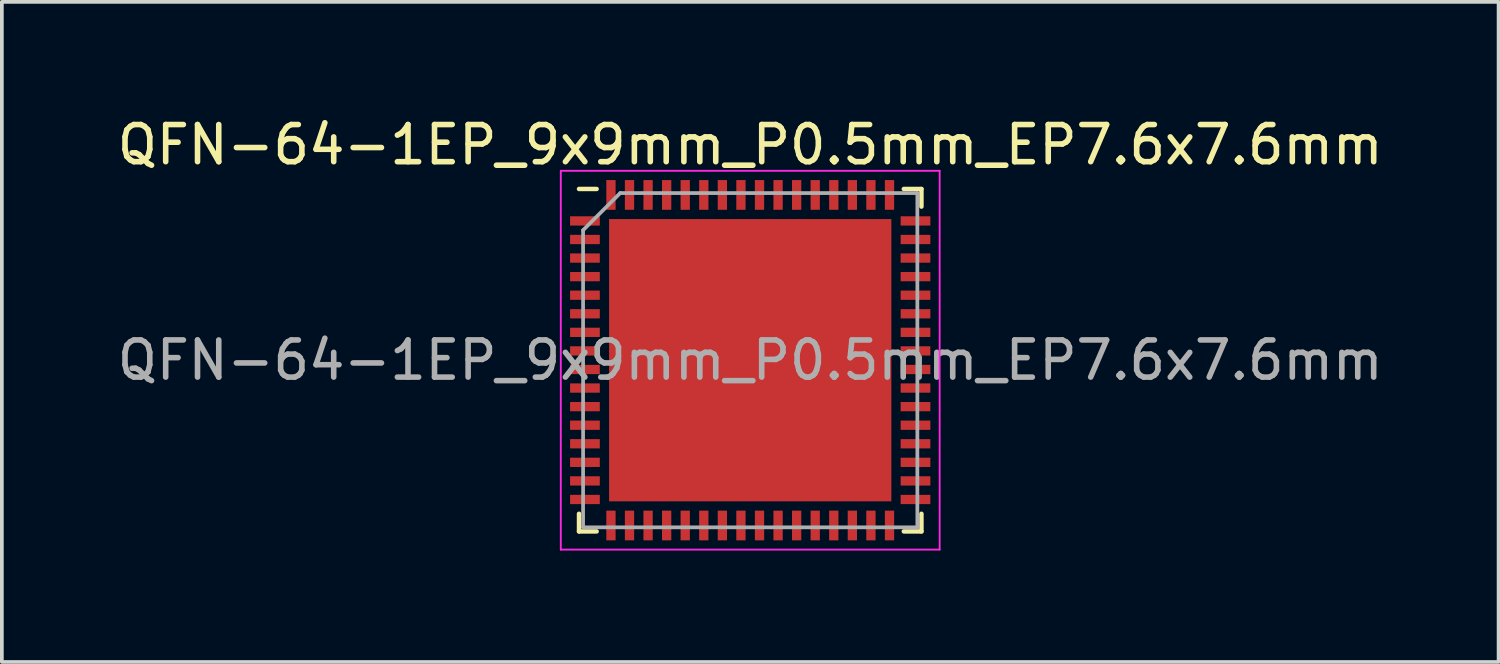
<source format=kicad_pcb>
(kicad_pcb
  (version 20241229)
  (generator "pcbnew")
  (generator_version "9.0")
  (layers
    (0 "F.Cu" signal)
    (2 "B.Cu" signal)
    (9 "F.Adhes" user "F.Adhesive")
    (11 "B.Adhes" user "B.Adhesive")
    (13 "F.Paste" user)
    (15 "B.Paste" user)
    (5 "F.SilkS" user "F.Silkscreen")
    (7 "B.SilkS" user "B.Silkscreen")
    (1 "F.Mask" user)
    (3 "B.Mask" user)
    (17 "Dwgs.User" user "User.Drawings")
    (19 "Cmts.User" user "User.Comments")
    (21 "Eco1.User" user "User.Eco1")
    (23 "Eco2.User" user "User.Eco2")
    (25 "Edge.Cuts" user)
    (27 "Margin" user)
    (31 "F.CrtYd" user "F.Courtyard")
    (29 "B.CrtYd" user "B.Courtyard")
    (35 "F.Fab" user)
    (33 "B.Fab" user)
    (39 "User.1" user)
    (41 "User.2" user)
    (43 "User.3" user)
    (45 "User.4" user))
  (footprint "QFN-64-1EP_9x9mm_P0.5mm_EP7.6x7.6mm"
    (layer "F.Cu")
    (at 17.149 6.648)
    (property "Reference" "QFN-64-1EP_9x9mm_P0.5mm_EP7.6x7.6mm" (at 0 -5.8 0) (layer "F.SilkS") (effects (font (size 1 1) (thickness 0.15))))
    (attr smd)
    (fp_line (start -4.61 4.61) (end -4.61 4.135) (stroke (width 0.12) (type solid)) (layer "F.SilkS"))
    (fp_line (start -4.135 -4.61) (end -4.61 -4.61) (stroke (width 0.12) (type solid)) (layer "F.SilkS"))
    (fp_line (start -4.135 4.61) (end -4.61 4.61) (stroke (width 0.12) (type solid)) (layer "F.SilkS"))
    (fp_line (start 4.135 -4.61) (end 4.61 -4.61) (stroke (width 0.12) (type solid)) (layer "F.SilkS"))
    (fp_line (start 4.135 4.61) (end 4.61 4.61) (stroke (width 0.12) (type solid)) (layer "F.SilkS"))
    (fp_line (start 4.61 -4.61) (end 4.61 -4.135) (stroke (width 0.12) (type solid)) (layer "F.SilkS"))
    (fp_line (start 4.61 4.61) (end 4.61 4.135) (stroke (width 0.12) (type solid)) (layer "F.SilkS"))
    (fp_line (start -5.1 -5.1) (end -5.1 5.1) (stroke (width 0.05) (type solid)) (layer "F.CrtYd"))
    (fp_line (start -5.1 5.1) (end 5.1 5.1) (stroke (width 0.05) (type solid)) (layer "F.CrtYd"))
    (fp_line (start 5.1 -5.1) (end -5.1 -5.1) (stroke (width 0.05) (type solid)) (layer "F.CrtYd"))
    (fp_line (start 5.1 5.1) (end 5.1 -5.1) (stroke (width 0.05) (type solid)) (layer "F.CrtYd"))
    (fp_line (start -4.5 -3.5) (end -3.5 -4.5) (stroke (width 0.1) (type solid)) (layer "F.Fab"))
    (fp_line (start -4.5 4.5) (end -4.5 -3.5) (stroke (width 0.1) (type solid)) (layer "F.Fab"))
    (fp_line (start -3.5 -4.5) (end 4.5 -4.5) (stroke (width 0.1) (type solid)) (layer "F.Fab"))
    (fp_line (start 4.5 -4.5) (end 4.5 4.5) (stroke (width 0.1) (type solid)) (layer "F.Fab"))
    (fp_line (start 4.5 4.5) (end -4.5 4.5) (stroke (width 0.1) (type solid)) (layer "F.Fab"))
    (fp_text user "${REFERENCE}" (at 0 0 0) (layer "F.Fab") (effects (font (size 1 1) (thickness 0.15))))
    (pad "" smd rect (at -3.075 -3.075) (size 1.02 1.02) (layers "F.Paste"))
    (pad "" smd rect (at -3.075 -1.845) (size 1.02 1.02) (layers "F.Paste"))
    (pad "" smd rect (at -3.075 -0.615) (size 1.02 1.02) (layers "F.Paste"))
    (pad "" smd rect (at -3.075 0.615) (size 1.02 1.02) (layers "F.Paste"))
    (pad "" smd rect (at -3.075 1.845) (size 1.02 1.02) (layers "F.Paste"))
    (pad "" smd rect (at -3.075 3.075) (size 1.02 1.02) (layers "F.Paste"))
    (pad "" smd rect (at -1.845 -3.075) (size 1.02 1.02) (layers "F.Paste"))
    (pad "" smd rect (at -1.845 -1.845) (size 1.02 1.02) (layers "F.Paste"))
    (pad "" smd rect (at -1.845 -0.615) (size 1.02 1.02) (layers "F.Paste"))
    (pad "" smd rect (at -1.845 0.615) (size 1.02 1.02) (layers "F.Paste"))
    (pad "" smd rect (at -1.845 1.845) (size 1.02 1.02) (layers "F.Paste"))
    (pad "" smd rect (at -1.845 3.075) (size 1.02 1.02) (layers "F.Paste"))
    (pad "" smd rect (at -0.615 -3.075) (size 1.02 1.02) (layers "F.Paste"))
    (pad "" smd rect (at -0.615 -1.845) (size 1.02 1.02) (layers "F.Paste"))
    (pad "" smd rect (at -0.615 -0.615) (size 1.02 1.02) (layers "F.Paste"))
    (pad "" smd rect (at -0.615 0.615) (size 1.02 1.02) (layers "F.Paste"))
    (pad "" smd rect (at -0.615 1.845) (size 1.02 1.02) (layers "F.Paste"))
    (pad "" smd rect (at -0.615 3.075) (size 1.02 1.02) (layers "F.Paste"))
    (pad "" smd rect (at 0.615 -3.075) (size 1.02 1.02) (layers "F.Paste"))
    (pad "" smd rect (at 0.615 -1.845) (size 1.02 1.02) (layers "F.Paste"))
    (pad "" smd rect (at 0.615 -0.615) (size 1.02 1.02) (layers "F.Paste"))
    (pad "" smd rect (at 0.615 0.615) (size 1.02 1.02) (layers "F.Paste"))
    (pad "" smd rect (at 0.615 1.845) (size 1.02 1.02) (layers "F.Paste"))
    (pad "" smd rect (at 0.615 3.075) (size 1.02 1.02) (layers "F.Paste"))
    (pad "" smd rect (at 1.845 -3.075) (size 1.02 1.02) (layers "F.Paste"))
    (pad "" smd rect (at 1.845 -1.845) (size 1.02 1.02) (layers "F.Paste"))
    (pad "" smd rect (at 1.845 -0.615) (size 1.02 1.02) (layers "F.Paste"))
    (pad "" smd rect (at 1.845 0.615) (size 1.02 1.02) (layers "F.Paste"))
    (pad "" smd rect (at 1.845 1.845) (size 1.02 1.02) (layers "F.Paste"))
    (pad "" smd rect (at 1.845 3.075) (size 1.02 1.02) (layers "F.Paste"))
    (pad "" smd rect (at 3.075 -3.075) (size 1.02 1.02) (layers "F.Paste"))
    (pad "" smd rect (at 3.075 -1.845) (size 1.02 1.02) (layers "F.Paste"))
    (pad "" smd rect (at 3.075 -0.615) (size 1.02 1.02) (layers "F.Paste"))
    (pad "" smd rect (at 3.075 0.615) (size 1.02 1.02) (layers "F.Paste"))
    (pad "" smd rect (at 3.075 1.845) (size 1.02 1.02) (layers "F.Paste"))
    (pad "" smd rect (at 3.075 3.075) (size 1.02 1.02) (layers "F.Paste"))
    (pad "1" smd rect (at -4.45 -3.75) (size 0.8 0.25) (layers "F.Cu" "F.Mask" "F.Paste"))
    (pad "2" smd rect (at -4.45 -3.25) (size 0.8 0.25) (layers "F.Cu" "F.Mask" "F.Paste"))
    (pad "3" smd rect (at -4.45 -2.75) (size 0.8 0.25) (layers "F.Cu" "F.Mask" "F.Paste"))
    (pad "4" smd rect (at -4.45 -2.25) (size 0.8 0.25) (layers "F.Cu" "F.Mask" "F.Paste"))
    (pad "5" smd rect (at -4.45 -1.75) (size 0.8 0.25) (layers "F.Cu" "F.Mask" "F.Paste"))
    (pad "6" smd rect (at -4.45 -1.25) (size 0.8 0.25) (layers "F.Cu" "F.Mask" "F.Paste"))
    (pad "7" smd rect (at -4.45 -0.75) (size 0.8 0.25) (layers "F.Cu" "F.Mask" "F.Paste"))
    (pad "8" smd rect (at -4.45 -0.25) (size 0.8 0.25) (layers "F.Cu" "F.Mask" "F.Paste"))
    (pad "9" smd rect (at -4.45 0.25) (size 0.8 0.25) (layers "F.Cu" "F.Mask" "F.Paste"))
    (pad "10" smd rect (at -4.45 0.75) (size 0.8 0.25) (layers "F.Cu" "F.Mask" "F.Paste"))
    (pad "11" smd rect (at -4.45 1.25) (size 0.8 0.25) (layers "F.Cu" "F.Mask" "F.Paste"))
    (pad "12" smd rect (at -4.45 1.75) (size 0.8 0.25) (layers "F.Cu" "F.Mask" "F.Paste"))
    (pad "13" smd rect (at -4.45 2.25) (size 0.8 0.25) (layers "F.Cu" "F.Mask" "F.Paste"))
    (pad "14" smd rect (at -4.45 2.75) (size 0.8 0.25) (layers "F.Cu" "F.Mask" "F.Paste"))
    (pad "15" smd rect (at -4.45 3.25) (size 0.8 0.25) (layers "F.Cu" "F.Mask" "F.Paste"))
    (pad "16" smd rect (at -4.45 3.75) (size 0.8 0.25) (layers "F.Cu" "F.Mask" "F.Paste"))
    (pad "17" smd rect (at -3.75 4.45) (size 0.25 0.8) (layers "F.Cu" "F.Mask" "F.Paste"))
    (pad "18" smd rect (at -3.25 4.45) (size 0.25 0.8) (layers "F.Cu" "F.Mask" "F.Paste"))
    (pad "19" smd rect (at -2.75 4.45) (size 0.25 0.8) (layers "F.Cu" "F.Mask" "F.Paste"))
    (pad "20" smd rect (at -2.25 4.45) (size 0.25 0.8) (layers "F.Cu" "F.Mask" "F.Paste"))
    (pad "21" smd rect (at -1.75 4.45) (size 0.25 0.8) (layers "F.Cu" "F.Mask" "F.Paste"))
    (pad "22" smd rect (at -1.25 4.45) (size 0.25 0.8) (layers "F.Cu" "F.Mask" "F.Paste"))
    (pad "23" smd rect (at -0.75 4.45) (size 0.25 0.8) (layers "F.Cu" "F.Mask" "F.Paste"))
    (pad "24" smd rect (at -0.25 4.45) (size 0.25 0.8) (layers "F.Cu" "F.Mask" "F.Paste"))
    (pad "25" smd rect (at 0.25 4.45) (size 0.25 0.8) (layers "F.Cu" "F.Mask" "F.Paste"))
    (pad "26" smd rect (at 0.75 4.45) (size 0.25 0.8) (layers "F.Cu" "F.Mask" "F.Paste"))
    (pad "27" smd rect (at 1.25 4.45) (size 0.25 0.8) (layers "F.Cu" "F.Mask" "F.Paste"))
    (pad "28" smd rect (at 1.75 4.45) (size 0.25 0.8) (layers "F.Cu" "F.Mask" "F.Paste"))
    (pad "29" smd rect (at 2.25 4.45) (size 0.25 0.8) (layers "F.Cu" "F.Mask" "F.Paste"))
    (pad "30" smd rect (at 2.75 4.45) (size 0.25 0.8) (layers "F.Cu" "F.Mask" "F.Paste"))
    (pad "31" smd rect (at 3.25 4.45) (size 0.25 0.8) (layers "F.Cu" "F.Mask" "F.Paste"))
    (pad "32" smd rect (at 3.75 4.45) (size 0.25 0.8) (layers "F.Cu" "F.Mask" "F.Paste"))
    (pad "33" smd rect (at 4.45 3.75) (size 0.8 0.25) (layers "F.Cu" "F.Mask" "F.Paste"))
    (pad "34" smd rect (at 4.45 3.25) (size 0.8 0.25) (layers "F.Cu" "F.Mask" "F.Paste"))
    (pad "35" smd rect (at 4.45 2.75) (size 0.8 0.25) (layers "F.Cu" "F.Mask" "F.Paste"))
    (pad "36" smd rect (at 4.45 2.25) (size 0.8 0.25) (layers "F.Cu" "F.Mask" "F.Paste"))
    (pad "37" smd rect (at 4.45 1.75) (size 0.8 0.25) (layers "F.Cu" "F.Mask" "F.Paste"))
    (pad "38" smd rect (at 4.45 1.25) (size 0.8 0.25) (layers "F.Cu" "F.Mask" "F.Paste"))
    (pad "39" smd rect (at 4.45 0.75) (size 0.8 0.25) (layers "F.Cu" "F.Mask" "F.Paste"))
    (pad "40" smd rect (at 4.45 0.25) (size 0.8 0.25) (layers "F.Cu" "F.Mask" "F.Paste"))
    (pad "41" smd rect (at 4.45 -0.25) (size 0.8 0.25) (layers "F.Cu" "F.Mask" "F.Paste"))
    (pad "42" smd rect (at 4.45 -0.75) (size 0.8 0.25) (layers "F.Cu" "F.Mask" "F.Paste"))
    (pad "43" smd rect (at 4.45 -1.25) (size 0.8 0.25) (layers "F.Cu" "F.Mask" "F.Paste"))
    (pad "44" smd rect (at 4.45 -1.75) (size 0.8 0.25) (layers "F.Cu" "F.Mask" "F.Paste"))
    (pad "45" smd rect (at 4.45 -2.25) (size 0.8 0.25) (layers "F.Cu" "F.Mask" "F.Paste"))
    (pad "46" smd rect (at 4.45 -2.75) (size 0.8 0.25) (layers "F.Cu" "F.Mask" "F.Paste"))
    (pad "47" smd rect (at 4.45 -3.25) (size 0.8 0.25) (layers "F.Cu" "F.Mask" "F.Paste"))
    (pad "48" smd rect (at 4.45 -3.75) (size 0.8 0.25) (layers "F.Cu" "F.Mask" "F.Paste"))
    (pad "49" smd rect (at 3.75 -4.45) (size 0.25 0.8) (layers "F.Cu" "F.Mask" "F.Paste"))
    (pad "50" smd rect (at 3.25 -4.45) (size 0.25 0.8) (layers "F.Cu" "F.Mask" "F.Paste"))
    (pad "51" smd rect (at 2.75 -4.45) (size 0.25 0.8) (layers "F.Cu" "F.Mask" "F.Paste"))
    (pad "52" smd rect (at 2.25 -4.45) (size 0.25 0.8) (layers "F.Cu" "F.Mask" "F.Paste"))
    (pad "53" smd rect (at 1.75 -4.45) (size 0.25 0.8) (layers "F.Cu" "F.Mask" "F.Paste"))
    (pad "54" smd rect (at 1.25 -4.45) (size 0.25 0.8) (layers "F.Cu" "F.Mask" "F.Paste"))
    (pad "55" smd rect (at 0.75 -4.45) (size 0.25 0.8) (layers "F.Cu" "F.Mask" "F.Paste"))
    (pad "56" smd rect (at 0.25 -4.45) (size 0.25 0.8) (layers "F.Cu" "F.Mask" "F.Paste"))
    (pad "57" smd rect (at -0.25 -4.45) (size 0.25 0.8) (layers "F.Cu" "F.Mask" "F.Paste"))
    (pad "58" smd rect (at -0.75 -4.45) (size 0.25 0.8) (layers "F.Cu" "F.Mask" "F.Paste"))
    (pad "59" smd rect (at -1.25 -4.45) (size 0.25 0.8) (layers "F.Cu" "F.Mask" "F.Paste"))
    (pad "60" smd rect (at -1.75 -4.45) (size 0.25 0.8) (layers "F.Cu" "F.Mask" "F.Paste"))
    (pad "61" smd rect (at -2.25 -4.45) (size 0.25 0.8) (layers "F.Cu" "F.Mask" "F.Paste"))
    (pad "62" smd rect (at -2.75 -4.45) (size 0.25 0.8) (layers "F.Cu" "F.Mask" "F.Paste"))
    (pad "63" smd rect (at -3.25 -4.45) (size 0.25 0.8) (layers "F.Cu" "F.Mask" "F.Paste"))
    (pad "64" smd rect (at -3.75 -4.45) (size 0.25 0.8) (layers "F.Cu" "F.Mask" "F.Paste"))
    (pad "65" smd rect (at 0 0) (size 7.6 7.6) (layers "F.Cu" "F.Mask")))
  (gr_rect
    (start -3 -3)
    (end 37.298 14.773)
    (stroke (width 0.1) (type default))
    (fill no)
    (layer "Edge.Cuts")))
</source>
